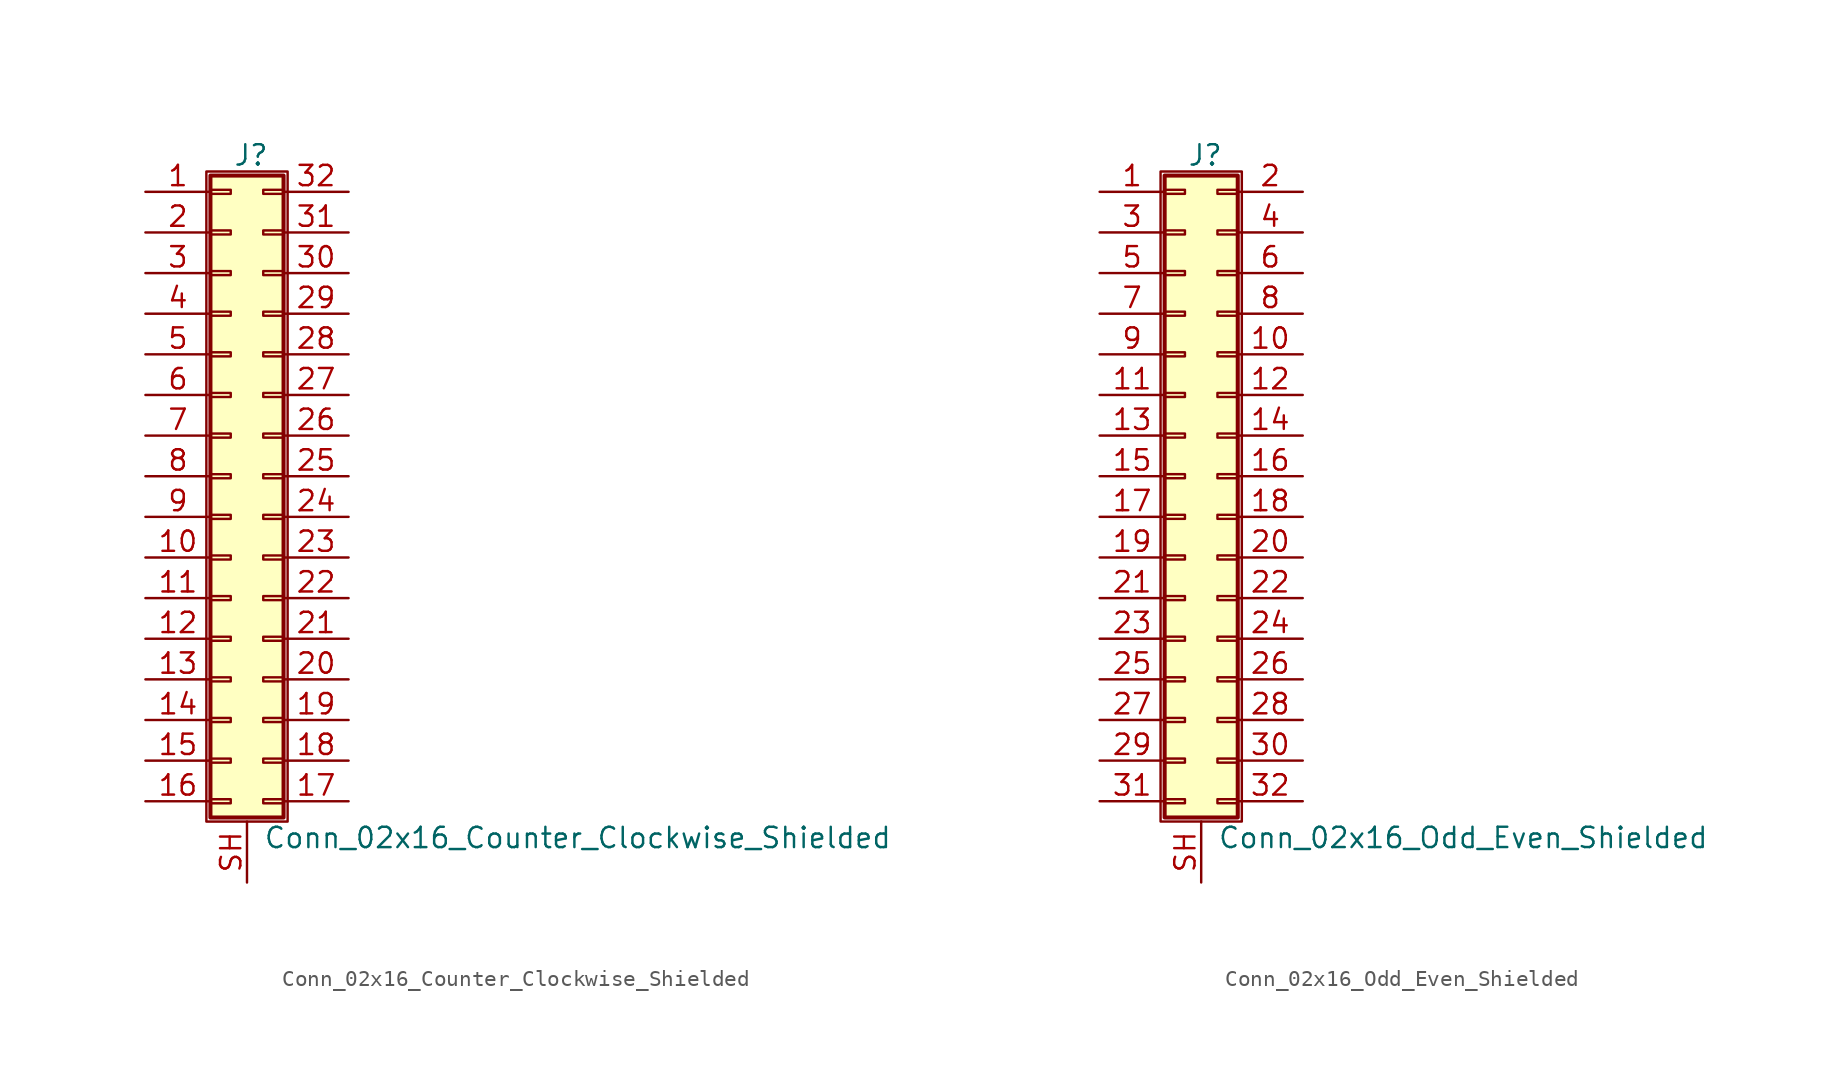
<source format=kicad_sym>
(kicad_symbol_lib
  (version 20220914)
  (generator kicad_symbol_editor)
  (symbol "Conn_02x16_Counter_Clockwise_Shielded"
    (pin_names
      (offset 1.016) hide)
    (property "Reference" "J"
      (at 1.524 20.066 0)
      (effects (font (size 1.27 1.27))))
    (property "Value" "Conn_02x16_Counter_Clockwise_Shielded"
      (at 2.286 -22.606 0)
      (effects (font (size 1.27 1.27)) (justify left)))
    (symbol "Conn_02x16_Counter_Clockwise_Shielded_1_1"
      (rectangle (start -1.27 19.05) (end 3.81 -21.59) (stroke (width 0.152) (type default)) (fill (type none)))
      (rectangle (start -1.016 -20.193) (end 0.254 -20.447) (stroke (width 0.152) (type default)) (fill (type none)))
      (rectangle (start -1.016 -17.653) (end 0.254 -17.907) (stroke (width 0.152) (type default)) (fill (type none)))
      (rectangle (start -1.016 -15.113) (end 0.254 -15.367) (stroke (width 0.152) (type default)) (fill (type none)))
      (rectangle (start -1.016 -12.573) (end 0.254 -12.827) (stroke (width 0.152) (type default)) (fill (type none)))
      (rectangle (start -1.016 -10.033) (end 0.254 -10.287) (stroke (width 0.152) (type default)) (fill (type none)))
      (rectangle (start -1.016 -7.493) (end 0.254 -7.747) (stroke (width 0.152) (type default)) (fill (type none)))
      (rectangle (start -1.016 -4.953) (end 0.254 -5.207) (stroke (width 0.152) (type default)) (fill (type none)))
      (rectangle (start -1.016 -2.413) (end 0.254 -2.667) (stroke (width 0.152) (type default)) (fill (type none)))
      (rectangle (start -1.016 0.127) (end 0.254 -0.127) (stroke (width 0.152) (type default)) (fill (type none)))
      (rectangle (start -1.016 2.667) (end 0.254 2.413) (stroke (width 0.152) (type default)) (fill (type none)))
      (rectangle (start -1.016 5.207) (end 0.254 4.953) (stroke (width 0.152) (type default)) (fill (type none)))
      (rectangle (start -1.016 7.747) (end 0.254 7.493) (stroke (width 0.152) (type default)) (fill (type none)))
      (rectangle (start -1.016 10.287) (end 0.254 10.033) (stroke (width 0.152) (type default)) (fill (type none)))
      (rectangle (start -1.016 12.827) (end 0.254 12.573) (stroke (width 0.152) (type default)) (fill (type none)))
      (rectangle (start -1.016 15.367) (end 0.254 15.113) (stroke (width 0.152) (type default)) (fill (type none)))
      (rectangle (start -1.016 17.907) (end 0.254 17.653) (stroke (width 0.152) (type default)) (fill (type none)))
      (rectangle (start -1.016 18.796) (end 3.556 -21.336) (stroke (width 0.254) (type default)) (fill (type background)))
      (rectangle (start 3.556 -20.193) (end 2.286 -20.447) (stroke (width 0.152) (type default)) (fill (type none)))
      (rectangle (start 3.556 -17.653) (end 2.286 -17.907) (stroke (width 0.152) (type default)) (fill (type none)))
      (rectangle (start 3.556 -15.113) (end 2.286 -15.367) (stroke (width 0.152) (type default)) (fill (type none)))
      (rectangle (start 3.556 -12.573) (end 2.286 -12.827) (stroke (width 0.152) (type default)) (fill (type none)))
      (rectangle (start 3.556 -10.033) (end 2.286 -10.287) (stroke (width 0.152) (type default)) (fill (type none)))
      (rectangle (start 3.556 -7.493) (end 2.286 -7.747) (stroke (width 0.152) (type default)) (fill (type none)))
      (rectangle (start 3.556 -4.953) (end 2.286 -5.207) (stroke (width 0.152) (type default)) (fill (type none)))
      (rectangle (start 3.556 -2.413) (end 2.286 -2.667) (stroke (width 0.152) (type default)) (fill (type none)))
      (rectangle (start 3.556 0.127) (end 2.286 -0.127) (stroke (width 0.152) (type default)) (fill (type none)))
      (rectangle (start 3.556 2.667) (end 2.286 2.413) (stroke (width 0.152) (type default)) (fill (type none)))
      (rectangle (start 3.556 5.207) (end 2.286 4.953) (stroke (width 0.152) (type default)) (fill (type none)))
      (rectangle (start 3.556 7.747) (end 2.286 7.493) (stroke (width 0.152) (type default)) (fill (type none)))
      (rectangle (start 3.556 10.287) (end 2.286 10.033) (stroke (width 0.152) (type default)) (fill (type none)))
      (rectangle (start 3.556 12.827) (end 2.286 12.573) (stroke (width 0.152) (type default)) (fill (type none)))
      (rectangle (start 3.556 15.367) (end 2.286 15.113) (stroke (width 0.152) (type default)) (fill (type none)))
      (rectangle (start 3.556 17.907) (end 2.286 17.653) (stroke (width 0.152) (type default)) (fill (type none)))
      (pin passive line (at -5.08 17.78 0) (length 4.064) (name "Pin_1" (effects (font (size 1.27 1.27)))) (number "1" (effects (font (size 1.27 1.27)))))
      (pin passive line (at -5.08 -5.08 0) (length 4.064) (name "Pin_10" (effects (font (size 1.27 1.27)))) (number "10" (effects (font (size 1.27 1.27)))))
      (pin passive line (at -5.08 -7.62 0) (length 4.064) (name "Pin_11" (effects (font (size 1.27 1.27)))) (number "11" (effects (font (size 1.27 1.27)))))
      (pin passive line (at -5.08 -10.16 0) (length 4.064) (name "Pin_12" (effects (font (size 1.27 1.27)))) (number "12" (effects (font (size 1.27 1.27)))))
      (pin passive line (at -5.08 -12.7 0) (length 4.064) (name "Pin_13" (effects (font (size 1.27 1.27)))) (number "13" (effects (font (size 1.27 1.27)))))
      (pin passive line (at -5.08 -15.24 0) (length 4.064) (name "Pin_14" (effects (font (size 1.27 1.27)))) (number "14" (effects (font (size 1.27 1.27)))))
      (pin passive line (at -5.08 -17.78 0) (length 4.064) (name "Pin_15" (effects (font (size 1.27 1.27)))) (number "15" (effects (font (size 1.27 1.27)))))
      (pin passive line (at -5.08 -20.32 0) (length 4.064) (name "Pin_16" (effects (font (size 1.27 1.27)))) (number "16" (effects (font (size 1.27 1.27)))))
      (pin passive line (at 7.62 -20.32 180) (length 4.064) (name "Pin_17" (effects (font (size 1.27 1.27)))) (number "17" (effects (font (size 1.27 1.27)))))
      (pin passive line (at 7.62 -17.78 180) (length 4.064) (name "Pin_18" (effects (font (size 1.27 1.27)))) (number "18" (effects (font (size 1.27 1.27)))))
      (pin passive line (at 7.62 -15.24 180) (length 4.064) (name "Pin_19" (effects (font (size 1.27 1.27)))) (number "19" (effects (font (size 1.27 1.27)))))
      (pin passive line (at -5.08 15.24 0) (length 4.064) (name "Pin_2" (effects (font (size 1.27 1.27)))) (number "2" (effects (font (size 1.27 1.27)))))
      (pin passive line (at 7.62 -12.7 180) (length 4.064) (name "Pin_20" (effects (font (size 1.27 1.27)))) (number "20" (effects (font (size 1.27 1.27)))))
      (pin passive line (at 7.62 -10.16 180) (length 4.064) (name "Pin_21" (effects (font (size 1.27 1.27)))) (number "21" (effects (font (size 1.27 1.27)))))
      (pin passive line (at 7.62 -7.62 180) (length 4.064) (name "Pin_22" (effects (font (size 1.27 1.27)))) (number "22" (effects (font (size 1.27 1.27)))))
      (pin passive line (at 7.62 -5.08 180) (length 4.064) (name "Pin_23" (effects (font (size 1.27 1.27)))) (number "23" (effects (font (size 1.27 1.27)))))
      (pin passive line (at 7.62 -2.54 180) (length 4.064) (name "Pin_24" (effects (font (size 1.27 1.27)))) (number "24" (effects (font (size 1.27 1.27)))))
      (pin passive line (at 7.62 0 180) (length 4.064) (name "Pin_25" (effects (font (size 1.27 1.27)))) (number "25" (effects (font (size 1.27 1.27)))))
      (pin passive line (at 7.62 2.54 180) (length 4.064) (name "Pin_26" (effects (font (size 1.27 1.27)))) (number "26" (effects (font (size 1.27 1.27)))))
      (pin passive line (at 7.62 5.08 180) (length 4.064) (name "Pin_27" (effects (font (size 1.27 1.27)))) (number "27" (effects (font (size 1.27 1.27)))))
      (pin passive line (at 7.62 7.62 180) (length 4.064) (name "Pin_28" (effects (font (size 1.27 1.27)))) (number "28" (effects (font (size 1.27 1.27)))))
      (pin passive line (at 7.62 10.16 180) (length 4.064) (name "Pin_29" (effects (font (size 1.27 1.27)))) (number "29" (effects (font (size 1.27 1.27)))))
      (pin passive line (at -5.08 12.7 0) (length 4.064) (name "Pin_3" (effects (font (size 1.27 1.27)))) (number "3" (effects (font (size 1.27 1.27)))))
      (pin passive line (at 7.62 12.7 180) (length 4.064) (name "Pin_30" (effects (font (size 1.27 1.27)))) (number "30" (effects (font (size 1.27 1.27)))))
      (pin passive line (at 7.62 15.24 180) (length 4.064) (name "Pin_31" (effects (font (size 1.27 1.27)))) (number "31" (effects (font (size 1.27 1.27)))))
      (pin passive line (at 7.62 17.78 180) (length 4.064) (name "Pin_32" (effects (font (size 1.27 1.27)))) (number "32" (effects (font (size 1.27 1.27)))))
      (pin passive line (at -5.08 10.16 0) (length 4.064) (name "Pin_4" (effects (font (size 1.27 1.27)))) (number "4" (effects (font (size 1.27 1.27)))))
      (pin passive line (at -5.08 7.62 0) (length 4.064) (name "Pin_5" (effects (font (size 1.27 1.27)))) (number "5" (effects (font (size 1.27 1.27)))))
      (pin passive line (at -5.08 5.08 0) (length 4.064) (name "Pin_6" (effects (font (size 1.27 1.27)))) (number "6" (effects (font (size 1.27 1.27)))))
      (pin passive line (at -5.08 2.54 0) (length 4.064) (name "Pin_7" (effects (font (size 1.27 1.27)))) (number "7" (effects (font (size 1.27 1.27)))))
      (pin passive line (at -5.08 0 0) (length 4.064) (name "Pin_8" (effects (font (size 1.27 1.27)))) (number "8" (effects (font (size 1.27 1.27)))))
      (pin passive line (at -5.08 -2.54 0) (length 4.064) (name "Pin_9" (effects (font (size 1.27 1.27)))) (number "9" (effects (font (size 1.27 1.27)))))
      (pin passive line (at 1.27 -25.4 90) (length 3.81) (name "Shield" (effects (font (size 1.27 1.27)))) (number "SH" (effects (font (size 1.27 1.27)))))))
  (symbol "Conn_02x16_Odd_Even_Shielded"
    (pin_names
      (offset 1.016) hide)
    (property "Reference" "J"
      (at 1.524 20.066 0)
      (effects (font (size 1.27 1.27))))
    (property "Value" "Conn_02x16_Odd_Even_Shielded"
      (at 2.286 -22.606 0)
      (effects (font (size 1.27 1.27)) (justify left)))
    (symbol "Conn_02x16_Odd_Even_Shielded_1_1"
      (rectangle (start -1.27 19.05) (end 3.81 -21.59) (stroke (width 0.152) (type default)) (fill (type none)))
      (rectangle (start -1.016 -20.193) (end 0.254 -20.447) (stroke (width 0.152) (type default)) (fill (type none)))
      (rectangle (start -1.016 -17.653) (end 0.254 -17.907) (stroke (width 0.152) (type default)) (fill (type none)))
      (rectangle (start -1.016 -15.113) (end 0.254 -15.367) (stroke (width 0.152) (type default)) (fill (type none)))
      (rectangle (start -1.016 -12.573) (end 0.254 -12.827) (stroke (width 0.152) (type default)) (fill (type none)))
      (rectangle (start -1.016 -10.033) (end 0.254 -10.287) (stroke (width 0.152) (type default)) (fill (type none)))
      (rectangle (start -1.016 -7.493) (end 0.254 -7.747) (stroke (width 0.152) (type default)) (fill (type none)))
      (rectangle (start -1.016 -4.953) (end 0.254 -5.207) (stroke (width 0.152) (type default)) (fill (type none)))
      (rectangle (start -1.016 -2.413) (end 0.254 -2.667) (stroke (width 0.152) (type default)) (fill (type none)))
      (rectangle (start -1.016 0.127) (end 0.254 -0.127) (stroke (width 0.152) (type default)) (fill (type none)))
      (rectangle (start -1.016 2.667) (end 0.254 2.413) (stroke (width 0.152) (type default)) (fill (type none)))
      (rectangle (start -1.016 5.207) (end 0.254 4.953) (stroke (width 0.152) (type default)) (fill (type none)))
      (rectangle (start -1.016 7.747) (end 0.254 7.493) (stroke (width 0.152) (type default)) (fill (type none)))
      (rectangle (start -1.016 10.287) (end 0.254 10.033) (stroke (width 0.152) (type default)) (fill (type none)))
      (rectangle (start -1.016 12.827) (end 0.254 12.573) (stroke (width 0.152) (type default)) (fill (type none)))
      (rectangle (start -1.016 15.367) (end 0.254 15.113) (stroke (width 0.152) (type default)) (fill (type none)))
      (rectangle (start -1.016 17.907) (end 0.254 17.653) (stroke (width 0.152) (type default)) (fill (type none)))
      (rectangle (start -1.016 18.796) (end 3.556 -21.336) (stroke (width 0.254) (type default)) (fill (type background)))
      (rectangle (start 3.556 -20.193) (end 2.286 -20.447) (stroke (width 0.152) (type default)) (fill (type none)))
      (rectangle (start 3.556 -17.653) (end 2.286 -17.907) (stroke (width 0.152) (type default)) (fill (type none)))
      (rectangle (start 3.556 -15.113) (end 2.286 -15.367) (stroke (width 0.152) (type default)) (fill (type none)))
      (rectangle (start 3.556 -12.573) (end 2.286 -12.827) (stroke (width 0.152) (type default)) (fill (type none)))
      (rectangle (start 3.556 -10.033) (end 2.286 -10.287) (stroke (width 0.152) (type default)) (fill (type none)))
      (rectangle (start 3.556 -7.493) (end 2.286 -7.747) (stroke (width 0.152) (type default)) (fill (type none)))
      (rectangle (start 3.556 -4.953) (end 2.286 -5.207) (stroke (width 0.152) (type default)) (fill (type none)))
      (rectangle (start 3.556 -2.413) (end 2.286 -2.667) (stroke (width 0.152) (type default)) (fill (type none)))
      (rectangle (start 3.556 0.127) (end 2.286 -0.127) (stroke (width 0.152) (type default)) (fill (type none)))
      (rectangle (start 3.556 2.667) (end 2.286 2.413) (stroke (width 0.152) (type default)) (fill (type none)))
      (rectangle (start 3.556 5.207) (end 2.286 4.953) (stroke (width 0.152) (type default)) (fill (type none)))
      (rectangle (start 3.556 7.747) (end 2.286 7.493) (stroke (width 0.152) (type default)) (fill (type none)))
      (rectangle (start 3.556 10.287) (end 2.286 10.033) (stroke (width 0.152) (type default)) (fill (type none)))
      (rectangle (start 3.556 12.827) (end 2.286 12.573) (stroke (width 0.152) (type default)) (fill (type none)))
      (rectangle (start 3.556 15.367) (end 2.286 15.113) (stroke (width 0.152) (type default)) (fill (type none)))
      (rectangle (start 3.556 17.907) (end 2.286 17.653) (stroke (width 0.152) (type default)) (fill (type none)))
      (pin passive line (at -5.08 17.78 0) (length 4.064) (name "Pin_1" (effects (font (size 1.27 1.27)))) (number "1" (effects (font (size 1.27 1.27)))))
      (pin passive line (at 7.62 7.62 180) (length 4.064) (name "Pin_10" (effects (font (size 1.27 1.27)))) (number "10" (effects (font (size 1.27 1.27)))))
      (pin passive line (at -5.08 5.08 0) (length 4.064) (name "Pin_11" (effects (font (size 1.27 1.27)))) (number "11" (effects (font (size 1.27 1.27)))))
      (pin passive line (at 7.62 5.08 180) (length 4.064) (name "Pin_12" (effects (font (size 1.27 1.27)))) (number "12" (effects (font (size 1.27 1.27)))))
      (pin passive line (at -5.08 2.54 0) (length 4.064) (name "Pin_13" (effects (font (size 1.27 1.27)))) (number "13" (effects (font (size 1.27 1.27)))))
      (pin passive line (at 7.62 2.54 180) (length 4.064) (name "Pin_14" (effects (font (size 1.27 1.27)))) (number "14" (effects (font (size 1.27 1.27)))))
      (pin passive line (at -5.08 0 0) (length 4.064) (name "Pin_15" (effects (font (size 1.27 1.27)))) (number "15" (effects (font (size 1.27 1.27)))))
      (pin passive line (at 7.62 0 180) (length 4.064) (name "Pin_16" (effects (font (size 1.27 1.27)))) (number "16" (effects (font (size 1.27 1.27)))))
      (pin passive line (at -5.08 -2.54 0) (length 4.064) (name "Pin_17" (effects (font (size 1.27 1.27)))) (number "17" (effects (font (size 1.27 1.27)))))
      (pin passive line (at 7.62 -2.54 180) (length 4.064) (name "Pin_18" (effects (font (size 1.27 1.27)))) (number "18" (effects (font (size 1.27 1.27)))))
      (pin passive line (at -5.08 -5.08 0) (length 4.064) (name "Pin_19" (effects (font (size 1.27 1.27)))) (number "19" (effects (font (size 1.27 1.27)))))
      (pin passive line (at 7.62 17.78 180) (length 4.064) (name "Pin_2" (effects (font (size 1.27 1.27)))) (number "2" (effects (font (size 1.27 1.27)))))
      (pin passive line (at 7.62 -5.08 180) (length 4.064) (name "Pin_20" (effects (font (size 1.27 1.27)))) (number "20" (effects (font (size 1.27 1.27)))))
      (pin passive line (at -5.08 -7.62 0) (length 4.064) (name "Pin_21" (effects (font (size 1.27 1.27)))) (number "21" (effects (font (size 1.27 1.27)))))
      (pin passive line (at 7.62 -7.62 180) (length 4.064) (name "Pin_22" (effects (font (size 1.27 1.27)))) (number "22" (effects (font (size 1.27 1.27)))))
      (pin passive line (at -5.08 -10.16 0) (length 4.064) (name "Pin_23" (effects (font (size 1.27 1.27)))) (number "23" (effects (font (size 1.27 1.27)))))
      (pin passive line (at 7.62 -10.16 180) (length 4.064) (name "Pin_24" (effects (font (size 1.27 1.27)))) (number "24" (effects (font (size 1.27 1.27)))))
      (pin passive line (at -5.08 -12.7 0) (length 4.064) (name "Pin_25" (effects (font (size 1.27 1.27)))) (number "25" (effects (font (size 1.27 1.27)))))
      (pin passive line (at 7.62 -12.7 180) (length 4.064) (name "Pin_26" (effects (font (size 1.27 1.27)))) (number "26" (effects (font (size 1.27 1.27)))))
      (pin passive line (at -5.08 -15.24 0) (length 4.064) (name "Pin_27" (effects (font (size 1.27 1.27)))) (number "27" (effects (font (size 1.27 1.27)))))
      (pin passive line (at 7.62 -15.24 180) (length 4.064) (name "Pin_28" (effects (font (size 1.27 1.27)))) (number "28" (effects (font (size 1.27 1.27)))))
      (pin passive line (at -5.08 -17.78 0) (length 4.064) (name "Pin_29" (effects (font (size 1.27 1.27)))) (number "29" (effects (font (size 1.27 1.27)))))
      (pin passive line (at -5.08 15.24 0) (length 4.064) (name "Pin_3" (effects (font (size 1.27 1.27)))) (number "3" (effects (font (size 1.27 1.27)))))
      (pin passive line (at 7.62 -17.78 180) (length 4.064) (name "Pin_30" (effects (font (size 1.27 1.27)))) (number "30" (effects (font (size 1.27 1.27)))))
      (pin passive line (at -5.08 -20.32 0) (length 4.064) (name "Pin_31" (effects (font (size 1.27 1.27)))) (number "31" (effects (font (size 1.27 1.27)))))
      (pin passive line (at 7.62 -20.32 180) (length 4.064) (name "Pin_32" (effects (font (size 1.27 1.27)))) (number "32" (effects (font (size 1.27 1.27)))))
      (pin passive line (at 7.62 15.24 180) (length 4.064) (name "Pin_4" (effects (font (size 1.27 1.27)))) (number "4" (effects (font (size 1.27 1.27)))))
      (pin passive line (at -5.08 12.7 0) (length 4.064) (name "Pin_5" (effects (font (size 1.27 1.27)))) (number "5" (effects (font (size 1.27 1.27)))))
      (pin passive line (at 7.62 12.7 180) (length 4.064) (name "Pin_6" (effects (font (size 1.27 1.27)))) (number "6" (effects (font (size 1.27 1.27)))))
      (pin passive line (at -5.08 10.16 0) (length 4.064) (name "Pin_7" (effects (font (size 1.27 1.27)))) (number "7" (effects (font (size 1.27 1.27)))))
      (pin passive line (at 7.62 10.16 180) (length 4.064) (name "Pin_8" (effects (font (size 1.27 1.27)))) (number "8" (effects (font (size 1.27 1.27)))))
      (pin passive line (at -5.08 7.62 0) (length 4.064) (name "Pin_9" (effects (font (size 1.27 1.27)))) (number "9" (effects (font (size 1.27 1.27)))))
      (pin passive line (at 1.27 -25.4 90) (length 3.81) (name "Shield" (effects (font (size 1.27 1.27)))) (number "SH" (effects (font (size 1.27 1.27))))))))
</source>
